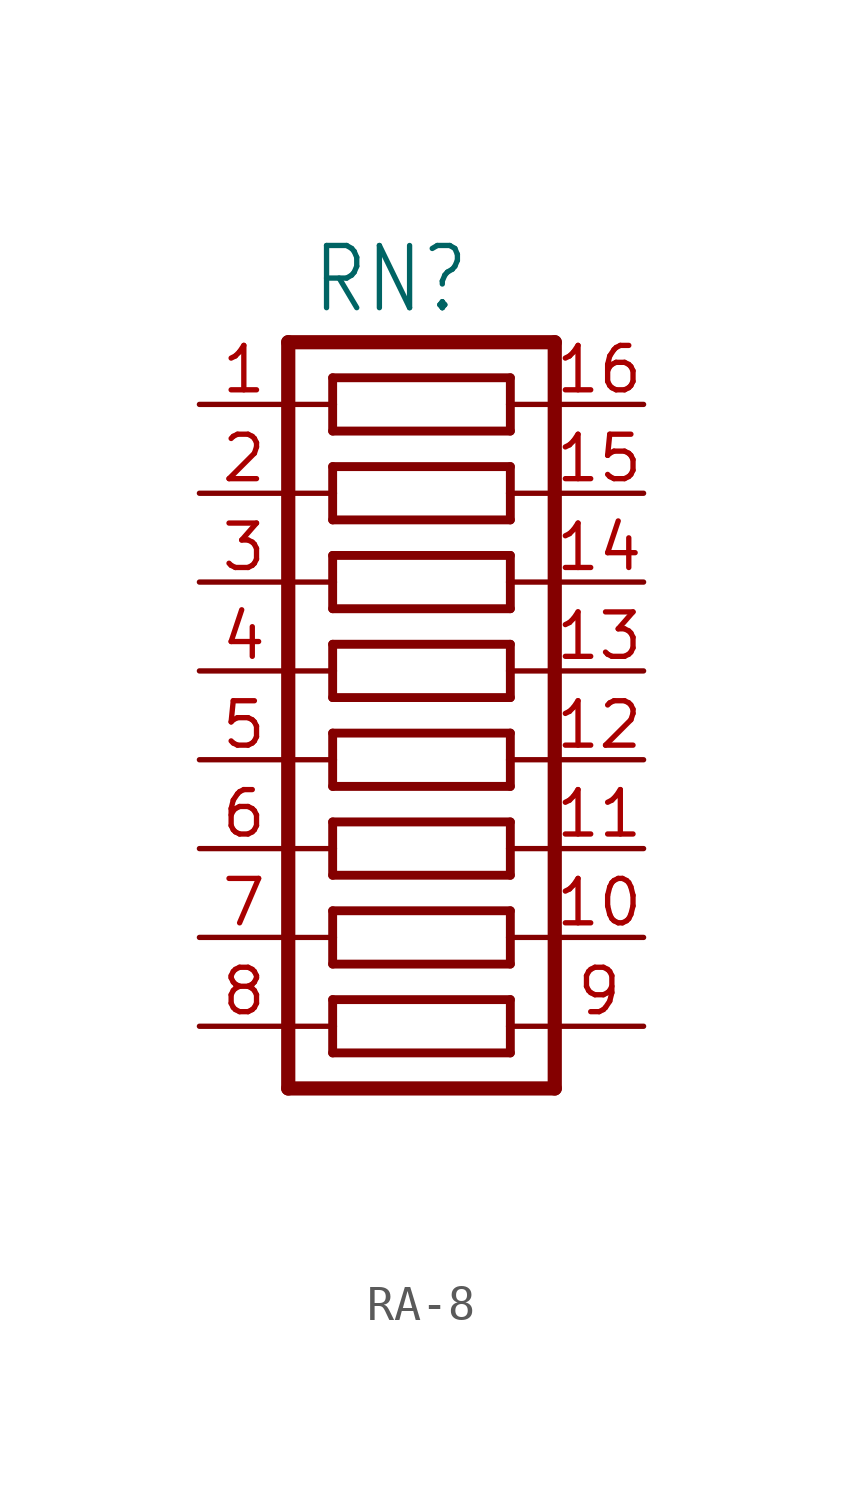
<source format=kicad_sym>
(kicad_symbol_lib
  (version 20220914)
  (generator kicad_symbol_editor)
  (symbol "RA-8"
    (property "Reference" "RN"
      (at -4.445 10.16 0)
      (effects (font (size 1.778 1.511)) (justify left bottom)))
    (property "Value" ""
      (at -5.08 -14.478 0)
      (effects (font (size 1.778 1.511)) (justify left bottom)))
    (property "ki_locked" ""
      (at 0 0 0)
      (effects (font (size 1.27 1.27))))
    (symbol "RA-8_1_0"
      (polyline (pts (xy -5.08 -10.16) (xy -3.81 -10.16)) (stroke (width 0.152) (type solid)) (fill (type none)))
      (polyline (pts (xy -5.08 -7.62) (xy -3.81 -7.62)) (stroke (width 0.152) (type solid)) (fill (type none)))
      (polyline (pts (xy -5.08 -5.08) (xy -3.81 -5.08)) (stroke (width 0.152) (type solid)) (fill (type none)))
      (polyline (pts (xy -5.08 -2.54) (xy -3.81 -2.54)) (stroke (width 0.152) (type solid)) (fill (type none)))
      (polyline (pts (xy -5.08 0) (xy -3.81 0)) (stroke (width 0.152) (type solid)) (fill (type none)))
      (polyline (pts (xy -5.08 2.54) (xy -3.81 2.54)) (stroke (width 0.152) (type solid)) (fill (type none)))
      (polyline (pts (xy -5.08 5.08) (xy -3.81 5.08)) (stroke (width 0.152) (type solid)) (fill (type none)))
      (polyline (pts (xy -5.08 9.398) (xy -5.08 -11.938)) (stroke (width 0.406) (type solid)) (fill (type none)))
      (polyline (pts (xy -3.81 -10.922) (xy 1.27 -10.922)) (stroke (width 0.254) (type solid)) (fill (type none)))
      (polyline (pts (xy -3.81 -10.16) (xy -3.81 -10.922)) (stroke (width 0.254) (type solid)) (fill (type none)))
      (polyline (pts (xy -3.81 -9.398) (xy -3.81 -10.16)) (stroke (width 0.254) (type solid)) (fill (type none)))
      (polyline (pts (xy -3.81 -8.382) (xy 1.27 -8.382)) (stroke (width 0.254) (type solid)) (fill (type none)))
      (polyline (pts (xy -3.81 -7.62) (xy -3.81 -8.382)) (stroke (width 0.254) (type solid)) (fill (type none)))
      (polyline (pts (xy -3.81 -6.858) (xy -3.81 -7.62)) (stroke (width 0.254) (type solid)) (fill (type none)))
      (polyline (pts (xy -3.81 -5.842) (xy 1.27 -5.842)) (stroke (width 0.254) (type solid)) (fill (type none)))
      (polyline (pts (xy -3.81 -5.08) (xy -3.81 -5.842)) (stroke (width 0.254) (type solid)) (fill (type none)))
      (polyline (pts (xy -3.81 -4.318) (xy -3.81 -5.08)) (stroke (width 0.254) (type solid)) (fill (type none)))
      (polyline (pts (xy -3.81 -3.302) (xy 1.27 -3.302)) (stroke (width 0.254) (type solid)) (fill (type none)))
      (polyline (pts (xy -3.81 -2.54) (xy -3.81 -3.302)) (stroke (width 0.254) (type solid)) (fill (type none)))
      (polyline (pts (xy -3.81 -1.778) (xy -3.81 -2.54)) (stroke (width 0.254) (type solid)) (fill (type none)))
      (polyline (pts (xy -3.81 -0.762) (xy 1.27 -0.762)) (stroke (width 0.254) (type solid)) (fill (type none)))
      (polyline (pts (xy -3.81 0) (xy -3.81 -0.762)) (stroke (width 0.254) (type solid)) (fill (type none)))
      (polyline (pts (xy -3.81 0.762) (xy -3.81 0)) (stroke (width 0.254) (type solid)) (fill (type none)))
      (polyline (pts (xy -3.81 1.778) (xy 1.27 1.778)) (stroke (width 0.254) (type solid)) (fill (type none)))
      (polyline (pts (xy -3.81 2.54) (xy -3.81 1.778)) (stroke (width 0.254) (type solid)) (fill (type none)))
      (polyline (pts (xy -3.81 3.302) (xy -3.81 2.54)) (stroke (width 0.254) (type solid)) (fill (type none)))
      (polyline (pts (xy -3.81 4.318) (xy 1.27 4.318)) (stroke (width 0.254) (type solid)) (fill (type none)))
      (polyline (pts (xy -3.81 5.08) (xy -3.81 4.318)) (stroke (width 0.254) (type solid)) (fill (type none)))
      (polyline (pts (xy -3.81 5.842) (xy -3.81 5.08)) (stroke (width 0.254) (type solid)) (fill (type none)))
      (polyline (pts (xy -3.81 6.858) (xy 1.27 6.858)) (stroke (width 0.254) (type solid)) (fill (type none)))
      (polyline (pts (xy -3.81 7.62) (xy -5.08 7.62)) (stroke (width 0.152) (type solid)) (fill (type none)))
      (polyline (pts (xy -3.81 7.62) (xy -3.81 6.858)) (stroke (width 0.254) (type solid)) (fill (type none)))
      (polyline (pts (xy -3.81 8.382) (xy -3.81 7.62)) (stroke (width 0.254) (type solid)) (fill (type none)))
      (polyline (pts (xy 1.27 -10.922) (xy 1.27 -10.16)) (stroke (width 0.254) (type solid)) (fill (type none)))
      (polyline (pts (xy 1.27 -10.16) (xy 1.27 -9.398)) (stroke (width 0.254) (type solid)) (fill (type none)))
      (polyline (pts (xy 1.27 -9.398) (xy -3.81 -9.398)) (stroke (width 0.254) (type solid)) (fill (type none)))
      (polyline (pts (xy 1.27 -8.382) (xy 1.27 -7.62)) (stroke (width 0.254) (type solid)) (fill (type none)))
      (polyline (pts (xy 1.27 -7.62) (xy 1.27 -6.858)) (stroke (width 0.254) (type solid)) (fill (type none)))
      (polyline (pts (xy 1.27 -6.858) (xy -3.81 -6.858)) (stroke (width 0.254) (type solid)) (fill (type none)))
      (polyline (pts (xy 1.27 -5.842) (xy 1.27 -5.08)) (stroke (width 0.254) (type solid)) (fill (type none)))
      (polyline (pts (xy 1.27 -5.08) (xy 1.27 -4.318)) (stroke (width 0.254) (type solid)) (fill (type none)))
      (polyline (pts (xy 1.27 -4.318) (xy -3.81 -4.318)) (stroke (width 0.254) (type solid)) (fill (type none)))
      (polyline (pts (xy 1.27 -3.302) (xy 1.27 -2.54)) (stroke (width 0.254) (type solid)) (fill (type none)))
      (polyline (pts (xy 1.27 -2.54) (xy 1.27 -1.778)) (stroke (width 0.254) (type solid)) (fill (type none)))
      (polyline (pts (xy 1.27 -1.778) (xy -3.81 -1.778)) (stroke (width 0.254) (type solid)) (fill (type none)))
      (polyline (pts (xy 1.27 -0.762) (xy 1.27 0)) (stroke (width 0.254) (type solid)) (fill (type none)))
      (polyline (pts (xy 1.27 0) (xy 1.27 0.762)) (stroke (width 0.254) (type solid)) (fill (type none)))
      (polyline (pts (xy 1.27 0.762) (xy -3.81 0.762)) (stroke (width 0.254) (type solid)) (fill (type none)))
      (polyline (pts (xy 1.27 1.778) (xy 1.27 2.54)) (stroke (width 0.254) (type solid)) (fill (type none)))
      (polyline (pts (xy 1.27 2.54) (xy 1.27 3.302)) (stroke (width 0.254) (type solid)) (fill (type none)))
      (polyline (pts (xy 1.27 3.302) (xy -3.81 3.302)) (stroke (width 0.254) (type solid)) (fill (type none)))
      (polyline (pts (xy 1.27 4.318) (xy 1.27 5.08)) (stroke (width 0.254) (type solid)) (fill (type none)))
      (polyline (pts (xy 1.27 5.08) (xy 1.27 5.842)) (stroke (width 0.254) (type solid)) (fill (type none)))
      (polyline (pts (xy 1.27 5.842) (xy -3.81 5.842)) (stroke (width 0.254) (type solid)) (fill (type none)))
      (polyline (pts (xy 1.27 6.858) (xy 1.27 7.62)) (stroke (width 0.254) (type solid)) (fill (type none)))
      (polyline (pts (xy 1.27 7.62) (xy 1.27 8.382)) (stroke (width 0.254) (type solid)) (fill (type none)))
      (polyline (pts (xy 1.27 7.62) (xy 2.54 7.62)) (stroke (width 0.152) (type solid)) (fill (type none)))
      (polyline (pts (xy 1.27 8.382) (xy -3.81 8.382)) (stroke (width 0.254) (type solid)) (fill (type none)))
      (polyline (pts (xy 2.54 -11.938) (xy -5.08 -11.938)) (stroke (width 0.406) (type solid)) (fill (type none)))
      (polyline (pts (xy 2.54 -10.16) (xy 1.27 -10.16)) (stroke (width 0.152) (type solid)) (fill (type none)))
      (polyline (pts (xy 2.54 -7.62) (xy 1.27 -7.62)) (stroke (width 0.152) (type solid)) (fill (type none)))
      (polyline (pts (xy 2.54 -5.08) (xy 1.27 -5.08)) (stroke (width 0.152) (type solid)) (fill (type none)))
      (polyline (pts (xy 2.54 -2.54) (xy 1.27 -2.54)) (stroke (width 0.152) (type solid)) (fill (type none)))
      (polyline (pts (xy 2.54 0) (xy 1.27 0)) (stroke (width 0.152) (type solid)) (fill (type none)))
      (polyline (pts (xy 2.54 2.54) (xy 1.27 2.54)) (stroke (width 0.152) (type solid)) (fill (type none)))
      (polyline (pts (xy 2.54 5.08) (xy 1.27 5.08)) (stroke (width 0.152) (type solid)) (fill (type none)))
      (polyline (pts (xy 2.54 9.398) (xy -5.08 9.398)) (stroke (width 0.406) (type solid)) (fill (type none)))
      (polyline (pts (xy 2.54 9.398) (xy 2.54 -11.938)) (stroke (width 0.406) (type solid)) (fill (type none)))
      (pin passive line (at -7.62 7.62 0) (length 2.54) (name "1" (effects (font (size 0 0)))) (number "1" (effects (font (size 1.27 1.27)))))
      (pin passive line (at 5.08 -7.62 180) (length 2.54) (name "10" (effects (font (size 0 0)))) (number "10" (effects (font (size 1.27 1.27)))))
      (pin passive line (at 5.08 -5.08 180) (length 2.54) (name "11" (effects (font (size 0 0)))) (number "11" (effects (font (size 1.27 1.27)))))
      (pin passive line (at 5.08 -2.54 180) (length 2.54) (name "12" (effects (font (size 0 0)))) (number "12" (effects (font (size 1.27 1.27)))))
      (pin passive line (at 5.08 0 180) (length 2.54) (name "13" (effects (font (size 0 0)))) (number "13" (effects (font (size 1.27 1.27)))))
      (pin passive line (at 5.08 2.54 180) (length 2.54) (name "14" (effects (font (size 0 0)))) (number "14" (effects (font (size 1.27 1.27)))))
      (pin passive line (at 5.08 5.08 180) (length 2.54) (name "15" (effects (font (size 0 0)))) (number "15" (effects (font (size 1.27 1.27)))))
      (pin passive line (at 5.08 7.62 180) (length 2.54) (name "16" (effects (font (size 0 0)))) (number "16" (effects (font (size 1.27 1.27)))))
      (pin passive line (at -7.62 5.08 0) (length 2.54) (name "2" (effects (font (size 0 0)))) (number "2" (effects (font (size 1.27 1.27)))))
      (pin passive line (at -7.62 2.54 0) (length 2.54) (name "3" (effects (font (size 0 0)))) (number "3" (effects (font (size 1.27 1.27)))))
      (pin passive line (at -7.62 0 0) (length 2.54) (name "4" (effects (font (size 0 0)))) (number "4" (effects (font (size 1.27 1.27)))))
      (pin passive line (at -7.62 -2.54 0) (length 2.54) (name "5" (effects (font (size 0 0)))) (number "5" (effects (font (size 1.27 1.27)))))
      (pin passive line (at -7.62 -5.08 0) (length 2.54) (name "6" (effects (font (size 0 0)))) (number "6" (effects (font (size 1.27 1.27)))))
      (pin passive line (at -7.62 -7.62 0) (length 2.54) (name "7" (effects (font (size 0 0)))) (number "7" (effects (font (size 1.27 1.27)))))
      (pin passive line (at -7.62 -10.16 0) (length 2.54) (name "8" (effects (font (size 0 0)))) (number "8" (effects (font (size 1.27 1.27)))))
      (pin passive line (at 5.08 -10.16 180) (length 2.54) (name "9" (effects (font (size 0 0)))) (number "9" (effects (font (size 1.27 1.27))))))))
</source>
